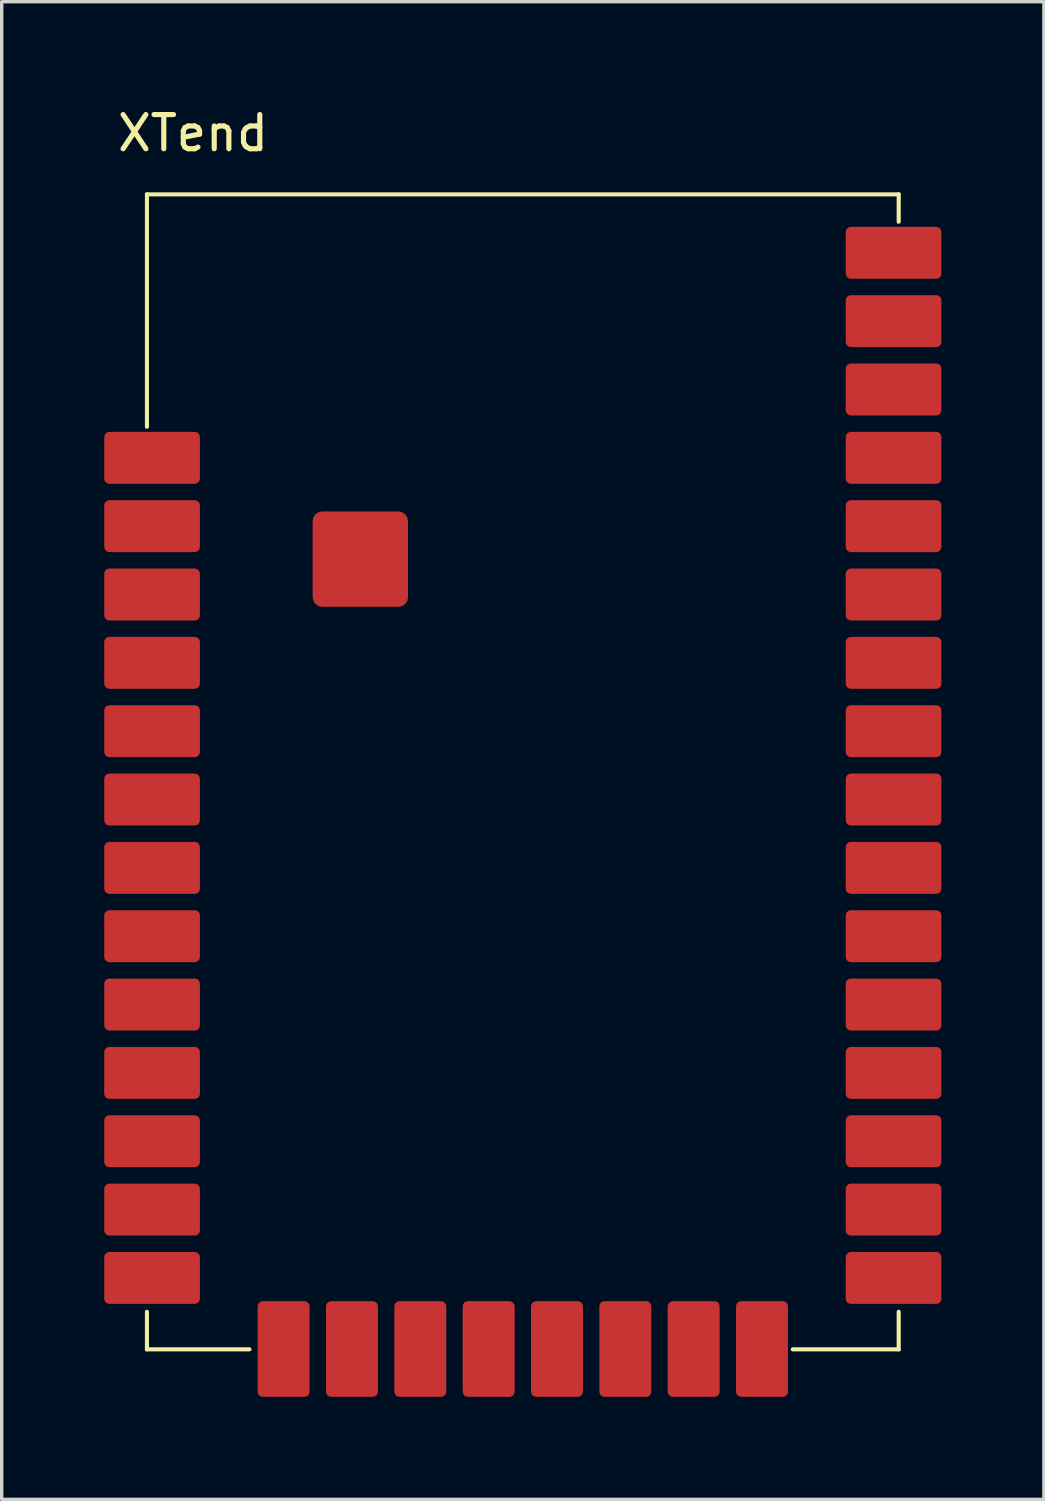
<source format=kicad_pcb>
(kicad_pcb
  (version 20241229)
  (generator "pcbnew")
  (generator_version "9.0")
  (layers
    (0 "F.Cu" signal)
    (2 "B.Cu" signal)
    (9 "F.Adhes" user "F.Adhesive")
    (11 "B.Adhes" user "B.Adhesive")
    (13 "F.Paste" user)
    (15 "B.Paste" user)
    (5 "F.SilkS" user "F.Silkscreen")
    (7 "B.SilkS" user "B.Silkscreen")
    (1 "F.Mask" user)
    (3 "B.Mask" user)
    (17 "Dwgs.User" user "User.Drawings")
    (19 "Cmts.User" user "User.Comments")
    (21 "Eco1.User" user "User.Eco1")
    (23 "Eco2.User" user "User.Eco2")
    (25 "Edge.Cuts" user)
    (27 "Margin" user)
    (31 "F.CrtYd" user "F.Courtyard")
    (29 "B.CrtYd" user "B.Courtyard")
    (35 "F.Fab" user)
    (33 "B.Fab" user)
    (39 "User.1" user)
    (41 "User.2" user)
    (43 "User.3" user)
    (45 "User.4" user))
  (footprint "XTend"
    (layer "F.Cu")
    (at 12.25 19.538)
    (property "Reference" "XTend" (at -9.65 -18.69 0) (layer "F.SilkS") (effects (font (size 1 1) (thickness 0.15))))
    (attr through_hole)
    (fp_line (start -11 -16.9) (end -11 -10.1) (stroke (width 0.12) (type solid)) (layer "F.SilkS"))
    (fp_line (start -11 -16.9) (end 11 -16.9) (stroke (width 0.12) (type solid)) (layer "F.SilkS"))
    (fp_line (start -11 16.9) (end -11 15.8) (stroke (width 0.12) (type solid)) (layer "F.SilkS"))
    (fp_line (start -11 16.9) (end -8 16.9) (stroke (width 0.12) (type solid)) (layer "F.SilkS"))
    (fp_line (start 11 -16.9) (end 11 -16.1) (stroke (width 0.12) (type solid)) (layer "F.SilkS"))
    (fp_line (start 11 16.9) (end 7.9 16.9) (stroke (width 0.12) (type solid)) (layer "F.SilkS"))
    (fp_line (start 11 16.9) (end 11 15.8) (stroke (width 0.12) (type solid)) (layer "F.SilkS"))
    (pad "1" smd roundrect (at -10.85 -9.19) (size 2.8 1.52) (layers "F.Cu" "F.Mask" "F.Paste") (roundrect_rratio 0.1))
    (pad "2" smd roundrect (at -10.85 -7.19) (size 2.8 1.52) (layers "F.Cu" "F.Mask" "F.Paste") (roundrect_rratio 0.1))
    (pad "3" smd roundrect (at -10.85 -5.19) (size 2.8 1.52) (layers "F.Cu" "F.Mask" "F.Paste") (roundrect_rratio 0.1))
    (pad "4" smd roundrect (at -10.85 -3.19) (size 2.8 1.52) (layers "F.Cu" "F.Mask" "F.Paste") (roundrect_rratio 0.1))
    (pad "5" smd roundrect (at -10.85 -1.19) (size 2.8 1.52) (layers "F.Cu" "F.Mask" "F.Paste") (roundrect_rratio 0.1))
    (pad "6" smd roundrect (at -10.85 0.81) (size 2.8 1.52) (layers "F.Cu" "F.Mask" "F.Paste") (roundrect_rratio 0.1))
    (pad "7" smd roundrect (at -10.85 2.81) (size 2.8 1.52) (layers "F.Cu" "F.Mask" "F.Paste") (roundrect_rratio 0.1))
    (pad "8" smd roundrect (at -10.85 4.81) (size 2.8 1.52) (layers "F.Cu" "F.Mask" "F.Paste") (roundrect_rratio 0.1))
    (pad "9" smd roundrect (at -10.85 6.81) (size 2.8 1.52) (layers "F.Cu" "F.Mask" "F.Paste") (roundrect_rratio 0.1))
    (pad "10" smd roundrect (at -10.85 8.81) (size 2.8 1.52) (layers "F.Cu" "F.Mask" "F.Paste") (roundrect_rratio 0.1))
    (pad "11" smd roundrect (at -10.85 10.81) (size 2.8 1.52) (layers "F.Cu" "F.Mask" "F.Paste") (roundrect_rratio 0.1))
    (pad "12" smd roundrect (at -10.85 12.81) (size 2.8 1.52) (layers "F.Cu" "F.Mask" "F.Paste") (roundrect_rratio 0.1))
    (pad "13" smd roundrect (at -10.85 14.81) (size 2.8 1.52) (layers "F.Cu" "F.Mask" "F.Paste") (roundrect_rratio 0.1))
    (pad "14" smd roundrect (at -7 16.89) (size 1.52 2.8) (layers "F.Cu" "F.Mask" "F.Paste") (roundrect_rratio 0.1))
    (pad "15" smd roundrect (at -5 16.89) (size 1.52 2.8) (layers "F.Cu" "F.Mask" "F.Paste") (roundrect_rratio 0.1))
    (pad "16" smd roundrect (at -3 16.89) (size 1.52 2.8) (layers "F.Cu" "F.Mask" "F.Paste") (roundrect_rratio 0.1))
    (pad "17" smd roundrect (at -1 16.89) (size 1.52 2.8) (layers "F.Cu" "F.Mask" "F.Paste") (roundrect_rratio 0.1))
    (pad "18" smd roundrect (at 1 16.89) (size 1.52 2.8) (layers "F.Cu" "F.Mask" "F.Paste") (roundrect_rratio 0.1))
    (pad "19" smd roundrect (at 3 16.89) (size 1.52 2.8) (layers "F.Cu" "F.Mask" "F.Paste") (roundrect_rratio 0.1))
    (pad "20" smd roundrect (at 5 16.89) (size 1.52 2.8) (layers "F.Cu" "F.Mask" "F.Paste") (roundrect_rratio 0.1))
    (pad "21" smd roundrect (at 7 16.89) (size 1.52 2.8) (layers "F.Cu" "F.Mask" "F.Paste") (roundrect_rratio 0.1))
    (pad "22" smd roundrect (at 10.85 14.81) (size 2.8 1.52) (layers "F.Cu" "F.Mask" "F.Paste") (roundrect_rratio 0.1))
    (pad "23" smd roundrect (at 10.85 12.81) (size 2.8 1.52) (layers "F.Cu" "F.Mask" "F.Paste") (roundrect_rratio 0.1))
    (pad "24" smd roundrect (at 10.85 10.81) (size 2.8 1.52) (layers "F.Cu" "F.Mask" "F.Paste") (roundrect_rratio 0.1))
    (pad "25" smd roundrect (at 10.85 8.81) (size 2.8 1.52) (layers "F.Cu" "F.Mask" "F.Paste") (roundrect_rratio 0.1))
    (pad "26" smd roundrect (at 10.85 6.81) (size 2.8 1.52) (layers "F.Cu" "F.Mask" "F.Paste") (roundrect_rratio 0.1))
    (pad "27" smd roundrect (at 10.85 4.81) (size 2.8 1.52) (layers "F.Cu" "F.Mask" "F.Paste") (roundrect_rratio 0.1))
    (pad "28" smd roundrect (at 10.85 2.81) (size 2.8 1.52) (layers "F.Cu" "F.Mask" "F.Paste") (roundrect_rratio 0.1))
    (pad "29" smd roundrect (at 10.85 0.81) (size 2.8 1.52) (layers "F.Cu" "F.Mask" "F.Paste") (roundrect_rratio 0.1))
    (pad "30" smd roundrect (at 10.85 -1.19) (size 2.8 1.52) (layers "F.Cu" "F.Mask" "F.Paste") (roundrect_rratio 0.1))
    (pad "31" smd roundrect (at 10.85 -3.19) (size 2.8 1.52) (layers "F.Cu" "F.Mask" "F.Paste") (roundrect_rratio 0.1))
    (pad "32" smd roundrect (at 10.85 -5.19) (size 2.8 1.52) (layers "F.Cu" "F.Mask" "F.Paste") (roundrect_rratio 0.1))
    (pad "33" smd roundrect (at 10.85 -7.19) (size 2.8 1.52) (layers "F.Cu" "F.Mask" "F.Paste") (roundrect_rratio 0.1))
    (pad "34" smd roundrect (at 10.85 -9.19) (size 2.8 1.52) (layers "F.Cu" "F.Mask" "F.Paste") (roundrect_rratio 0.1))
    (pad "35" smd roundrect (at 10.85 -11.19) (size 2.8 1.52) (layers "F.Cu" "F.Mask" "F.Paste") (roundrect_rratio 0.1))
    (pad "36" smd roundrect (at 10.85 -13.19) (size 2.8 1.52) (layers "F.Cu" "F.Mask" "F.Paste") (roundrect_rratio 0.1))
    (pad "37" smd roundrect (at 10.85 -15.19) (size 2.8 1.52) (layers "F.Cu" "F.Mask" "F.Paste") (roundrect_rratio 0.1))
    (pad "38" smd roundrect (at -4.755 -6.225) (size 2.79 2.79) (layers "F.Cu" "F.Mask" "F.Paste") (roundrect_rratio 0.1)))
  (gr_rect
    (start -3 -3)
    (end 27.5 40.828)
    (stroke (width 0.1) (type default))
    (fill no)
    (layer "Edge.Cuts")))
</source>
